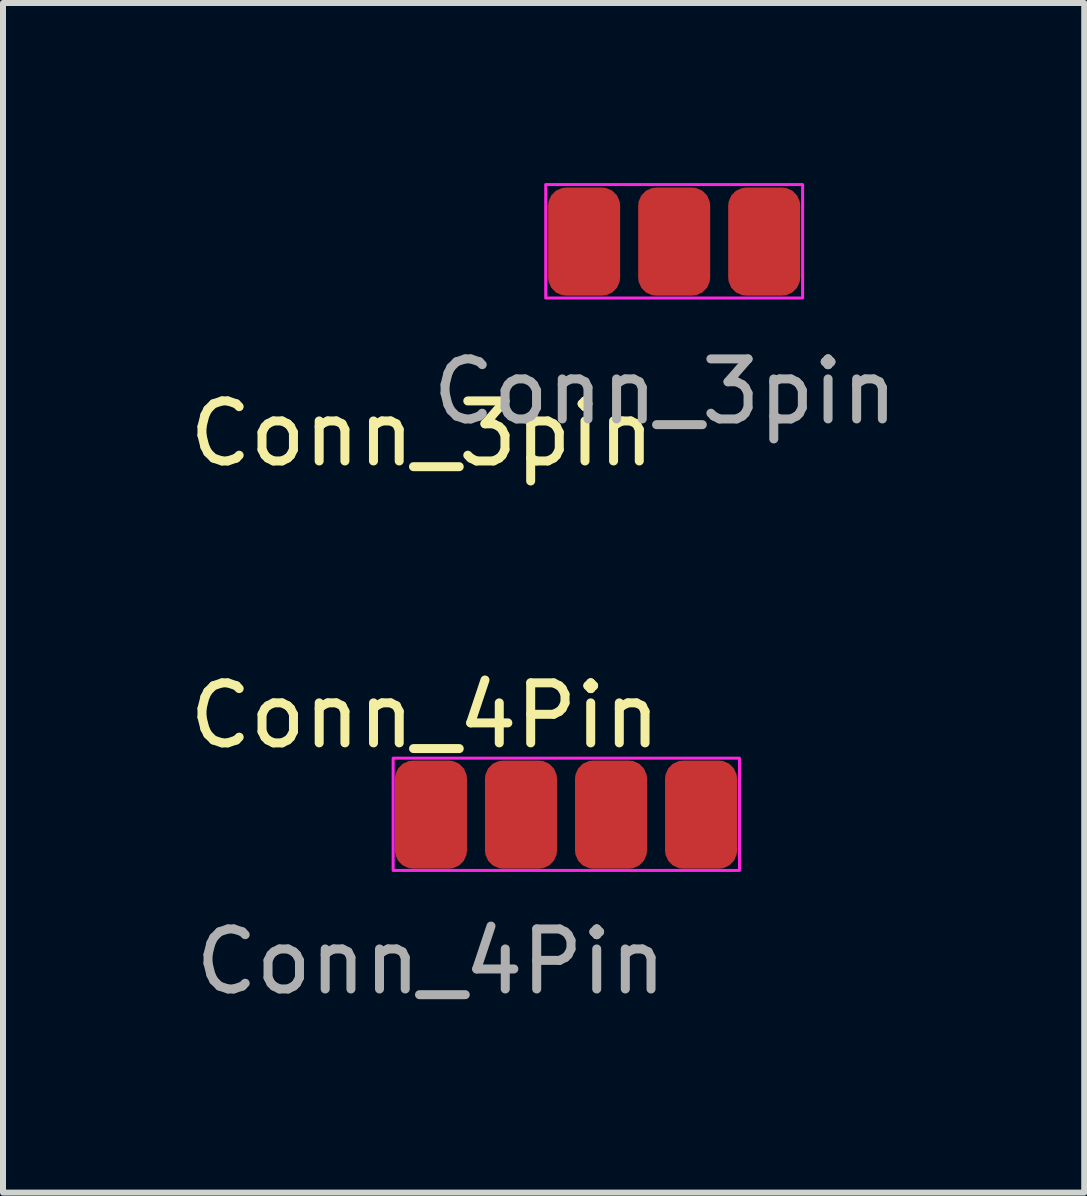
<source format=kicad_pcb>
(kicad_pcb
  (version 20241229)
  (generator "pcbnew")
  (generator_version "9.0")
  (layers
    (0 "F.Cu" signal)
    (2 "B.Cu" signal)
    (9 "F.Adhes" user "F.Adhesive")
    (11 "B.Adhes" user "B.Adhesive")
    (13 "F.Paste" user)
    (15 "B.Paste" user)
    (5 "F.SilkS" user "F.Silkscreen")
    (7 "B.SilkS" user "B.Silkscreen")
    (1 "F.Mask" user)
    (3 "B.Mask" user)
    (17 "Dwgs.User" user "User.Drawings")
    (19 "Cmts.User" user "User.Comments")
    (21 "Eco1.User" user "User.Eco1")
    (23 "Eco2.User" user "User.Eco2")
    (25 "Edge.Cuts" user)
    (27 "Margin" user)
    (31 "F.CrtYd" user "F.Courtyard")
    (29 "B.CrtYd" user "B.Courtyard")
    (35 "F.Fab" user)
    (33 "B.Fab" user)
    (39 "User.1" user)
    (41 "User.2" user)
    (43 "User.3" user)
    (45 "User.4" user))
  (footprint "Conn_3pin"
    (layer "F.Cu")
    (at 8.032 0.975)
    (property "Reference" "Conn_3pin" (at -4.05 3.2 0) (unlocked yes) (layer "F.SilkS") (effects (font (size 1 1) (thickness 0.15))))
    (attr smd exclude_from_bom)
    (fp_rect (start -1.99 -0.95) (end 2.29 0.94) (stroke (width 0.05) (type solid)) (fill no) (layer "F.CrtYd"))
    (fp_text user "${REFERENCE}" (at 0 2.5 0) (unlocked yes) (layer "F.Fab") (effects (font (size 1 1) (thickness 0.15))))
    (pad "1" smd roundrect (at -1.35 0) (size 1.2 1.8) (layers "F.Cu" "F.Mask" "F.Paste") (roundrect_rratio 0.25))
    (pad "2" smd roundrect (at 0.15 0) (size 1.2 1.8) (layers "F.Cu" "F.Mask" "F.Paste") (roundrect_rratio 0.25))
    (pad "3" smd roundrect (at 1.65 0) (size 1.2 1.8) (layers "F.Cu" "F.Mask" "F.Paste") (roundrect_rratio 0.25)))
  (footprint "Conn_4Pin"
    (layer "F.Cu")
    (at 4.13 10.472)
    (property "Reference" "Conn_4Pin" (at -0.1 -1.6 0) (unlocked yes) (layer "F.SilkS") (effects (font (size 1 1) (thickness 0.15))))
    (attr smd exclude_from_bom)
    (fp_rect (start -0.63 -0.89) (end 5.14 0.98) (stroke (width 0.05) (type solid)) (fill no) (layer "F.CrtYd"))
    (fp_text user "${REFERENCE}" (at 0 2.5 0) (unlocked yes) (layer "F.Fab") (effects (font (size 1 1) (thickness 0.15))))
    (pad "1" smd roundrect (at 0 0.05) (size 1.2 1.8) (layers "F.Cu" "F.Mask" "F.Paste") (roundrect_rratio 0.25))
    (pad "2" smd roundrect (at 1.5 0.05) (size 1.2 1.8) (layers "F.Cu" "F.Mask" "F.Paste") (roundrect_rratio 0.25))
    (pad "3" smd roundrect (at 3 0.05) (size 1.2 1.8) (layers "F.Cu" "F.Mask" "F.Paste") (roundrect_rratio 0.25))
    (pad "4" smd roundrect (at 4.5 0.05) (size 1.2 1.8) (layers "F.Cu" "F.Mask" "F.Paste") (roundrect_rratio 0.25)))
  (gr_rect
    (start -3 -3)
    (end 15.014 16.82)
    (stroke (width 0.1) (type default))
    (fill no)
    (layer "Edge.Cuts")))
</source>
